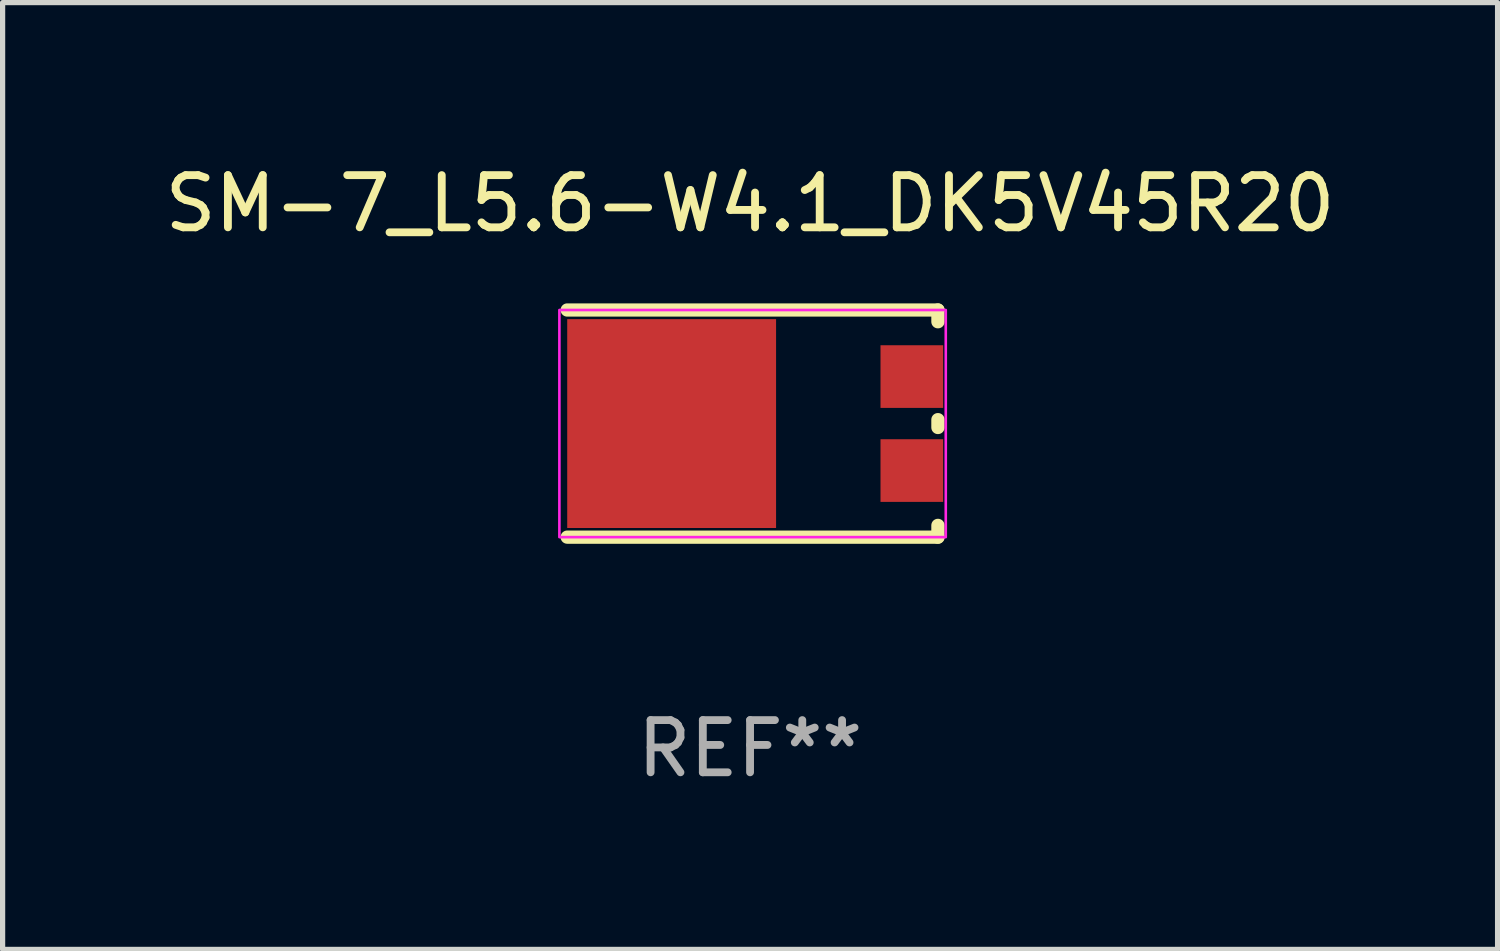
<source format=kicad_pcb>
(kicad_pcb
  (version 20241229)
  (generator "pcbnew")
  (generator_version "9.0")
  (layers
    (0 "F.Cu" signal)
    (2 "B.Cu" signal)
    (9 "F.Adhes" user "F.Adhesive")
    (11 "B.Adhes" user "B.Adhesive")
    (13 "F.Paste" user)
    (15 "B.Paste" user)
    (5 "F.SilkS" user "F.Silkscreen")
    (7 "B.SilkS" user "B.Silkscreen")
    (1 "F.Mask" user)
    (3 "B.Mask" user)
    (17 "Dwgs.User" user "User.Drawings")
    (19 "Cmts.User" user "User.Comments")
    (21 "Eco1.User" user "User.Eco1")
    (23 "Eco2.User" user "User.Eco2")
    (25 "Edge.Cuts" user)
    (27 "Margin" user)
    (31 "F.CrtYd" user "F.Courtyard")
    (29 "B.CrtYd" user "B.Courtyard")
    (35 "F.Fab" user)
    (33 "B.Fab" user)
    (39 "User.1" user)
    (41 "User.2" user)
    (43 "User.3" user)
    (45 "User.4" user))
  (footprint "SM-7_L5.6-W4.1_DK5V45R20"
    (layer "F.Cu")
    (at 12.113 5.062)
    (property "Reference" "SM-7_L5.6-W4.1_DK5V45R20" (at -0.798 -4.213 0) (layer "F.SilkS") (effects (font (size 1 1) (thickness 0.15))))
    (attr through_hole)
    (fp_line (start 2.8 -2.175) (end -4.3 -2.175) (stroke (width 0.254) (type solid)) (layer "F.SilkS"))
    (fp_line (start 2.8 -2.175) (end 2.8 -1.95) (stroke (width 0.254) (type solid)) (layer "F.SilkS"))
    (fp_line (start 2.8 -0.075) (end 2.8 0.075) (stroke (width 0.254) (type solid)) (layer "F.SilkS"))
    (fp_line (start 2.8 1.95) (end 2.8 2.175) (stroke (width 0.254) (type solid)) (layer "F.SilkS"))
    (fp_line (start 2.8 2.175) (end -4.3 2.175) (stroke (width 0.254) (type solid)) (layer "F.SilkS"))
    (fp_rect (start -4.45 -2.175) (end 2.95 2.175) (stroke (width 0.05) (type solid)) (fill no) (layer "F.CrtYd"))
    (fp_text user "REF**" (at -0.798 6.224 0) (layer "F.Fab") (effects (font (size 1 1) (thickness 0.15))))
    (pad "1" smd rect (at -2.3 0 180) (size 4 4) (layers "F.Cu" "F.Mask" "F.Paste"))
    (pad "2" smd rect (at 2.3 -0.9 180) (size 1.2 1.2) (layers "F.Cu" "F.Mask" "F.Paste"))
    (pad "2" smd rect (at 2.3 0.9 180) (size 1.2 1.2) (layers "F.Cu" "F.Mask" "F.Paste")))
  (gr_rect
    (start -3 -3)
    (end 25.631 15.133)
    (stroke (width 0.1) (type default))
    (fill no)
    (layer "Edge.Cuts")))
</source>
